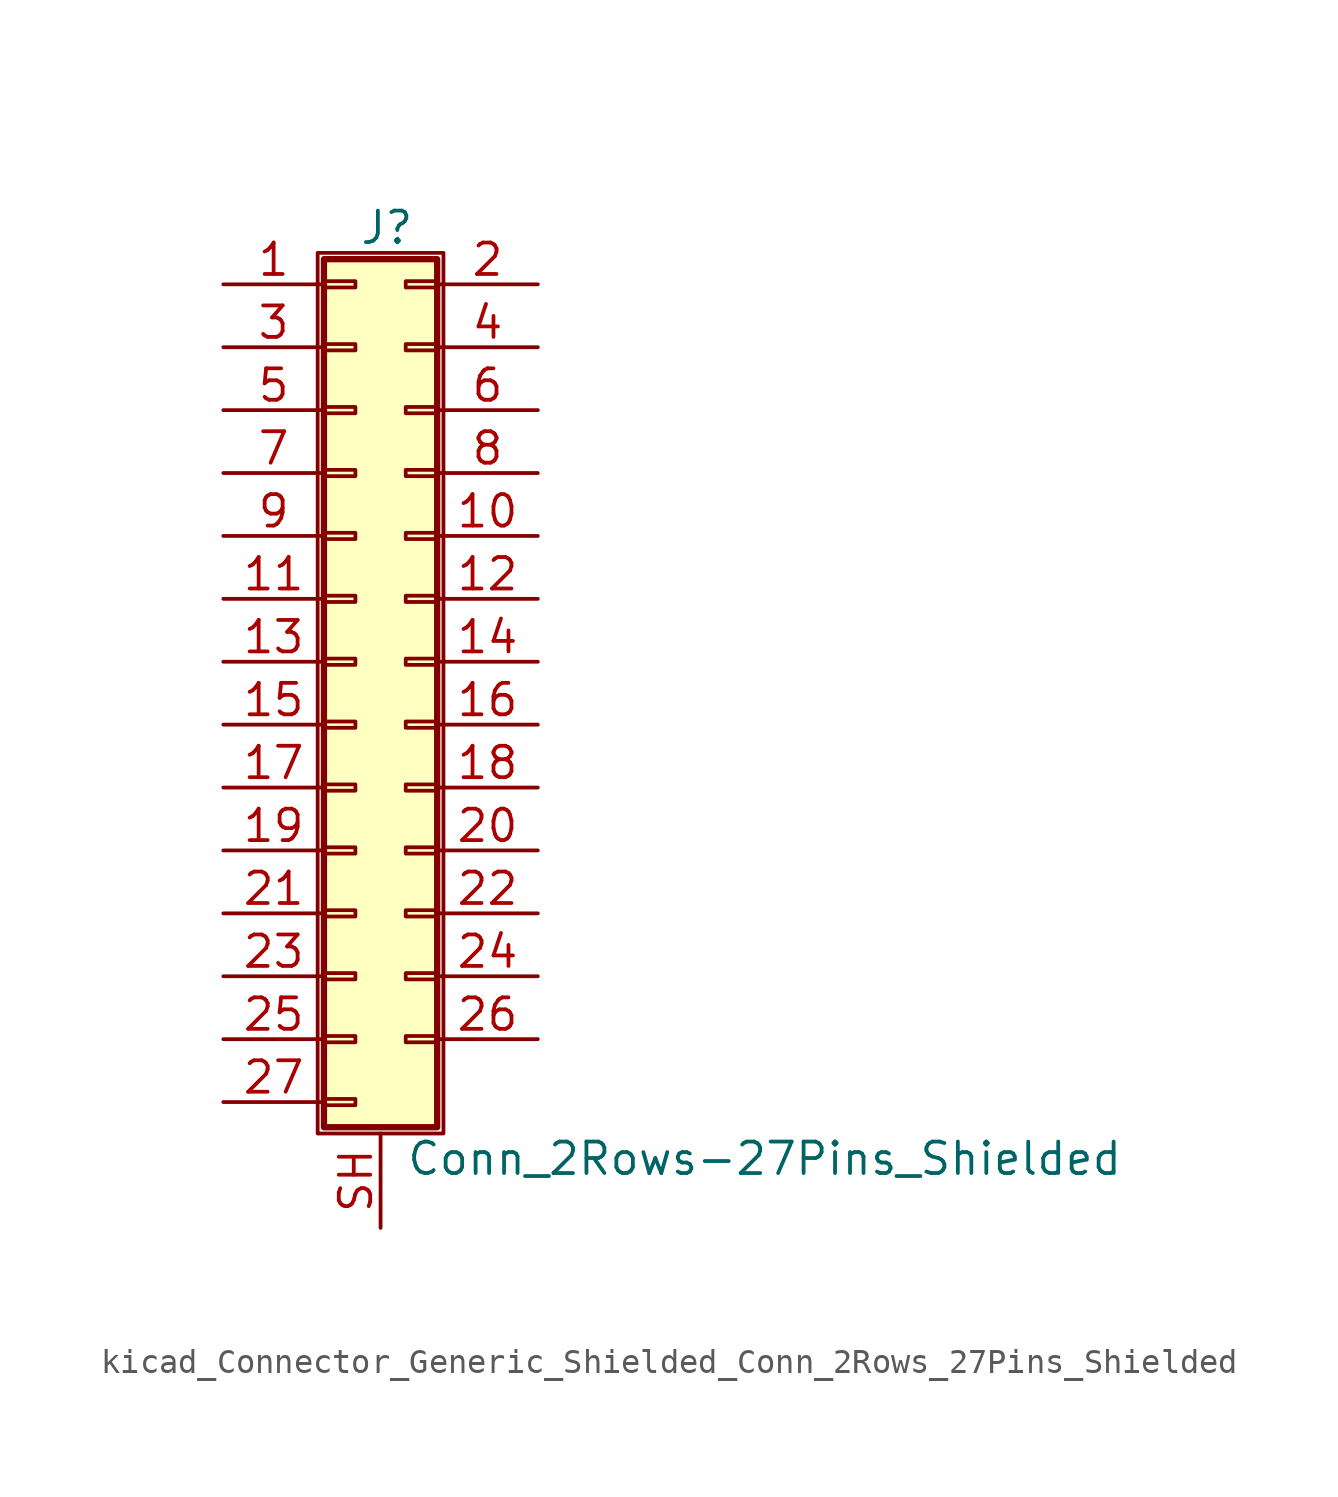
<source format=kicad_sym>
(kicad_symbol_lib
  (version 20220914)
  (generator kicad_symbol_editor)
  (symbol "kicad_Connector_Generic_Shielded_Conn_2Rows_27Pins_Shielded"
    (pin_names
      (offset 1.016) hide)
    (property "Reference" "J"
      (at 1.524 17.526 0)
      (effects (font (size 1.27 1.27))))
    (property "Value" "Conn_2Rows-27Pins_Shielded"
      (at 2.286 -20.066 0)
      (effects (font (size 1.27 1.27)) (justify left)))
    (symbol "kicad_Connector_Generic_Shielded_Conn_2Rows_27Pins_Shielded_1_1"
      (rectangle (start -1.27 16.51) (end 3.81 -19.05) (stroke (width 0.152) (type default)) (fill (type none)))
      (rectangle (start -1.016 -17.653) (end 0.254 -17.907) (stroke (width 0.152) (type default)) (fill (type none)))
      (rectangle (start -1.016 -15.113) (end 0.254 -15.367) (stroke (width 0.152) (type default)) (fill (type none)))
      (rectangle (start -1.016 -12.573) (end 0.254 -12.827) (stroke (width 0.152) (type default)) (fill (type none)))
      (rectangle (start -1.016 -10.033) (end 0.254 -10.287) (stroke (width 0.152) (type default)) (fill (type none)))
      (rectangle (start -1.016 -7.493) (end 0.254 -7.747) (stroke (width 0.152) (type default)) (fill (type none)))
      (rectangle (start -1.016 -4.953) (end 0.254 -5.207) (stroke (width 0.152) (type default)) (fill (type none)))
      (rectangle (start -1.016 -2.413) (end 0.254 -2.667) (stroke (width 0.152) (type default)) (fill (type none)))
      (rectangle (start -1.016 0.127) (end 0.254 -0.127) (stroke (width 0.152) (type default)) (fill (type none)))
      (rectangle (start -1.016 2.667) (end 0.254 2.413) (stroke (width 0.152) (type default)) (fill (type none)))
      (rectangle (start -1.016 5.207) (end 0.254 4.953) (stroke (width 0.152) (type default)) (fill (type none)))
      (rectangle (start -1.016 7.747) (end 0.254 7.493) (stroke (width 0.152) (type default)) (fill (type none)))
      (rectangle (start -1.016 10.287) (end 0.254 10.033) (stroke (width 0.152) (type default)) (fill (type none)))
      (rectangle (start -1.016 12.827) (end 0.254 12.573) (stroke (width 0.152) (type default)) (fill (type none)))
      (rectangle (start -1.016 15.367) (end 0.254 15.113) (stroke (width 0.152) (type default)) (fill (type none)))
      (rectangle (start -1.016 16.256) (end 3.556 -18.796) (stroke (width 0.254) (type default)) (fill (type background)))
      (rectangle (start 3.556 -15.113) (end 2.286 -15.367) (stroke (width 0.152) (type default)) (fill (type none)))
      (rectangle (start 3.556 -12.573) (end 2.286 -12.827) (stroke (width 0.152) (type default)) (fill (type none)))
      (rectangle (start 3.556 -10.033) (end 2.286 -10.287) (stroke (width 0.152) (type default)) (fill (type none)))
      (rectangle (start 3.556 -7.493) (end 2.286 -7.747) (stroke (width 0.152) (type default)) (fill (type none)))
      (rectangle (start 3.556 -4.953) (end 2.286 -5.207) (stroke (width 0.152) (type default)) (fill (type none)))
      (rectangle (start 3.556 -2.413) (end 2.286 -2.667) (stroke (width 0.152) (type default)) (fill (type none)))
      (rectangle (start 3.556 0.127) (end 2.286 -0.127) (stroke (width 0.152) (type default)) (fill (type none)))
      (rectangle (start 3.556 2.667) (end 2.286 2.413) (stroke (width 0.152) (type default)) (fill (type none)))
      (rectangle (start 3.556 5.207) (end 2.286 4.953) (stroke (width 0.152) (type default)) (fill (type none)))
      (rectangle (start 3.556 7.747) (end 2.286 7.493) (stroke (width 0.152) (type default)) (fill (type none)))
      (rectangle (start 3.556 10.287) (end 2.286 10.033) (stroke (width 0.152) (type default)) (fill (type none)))
      (rectangle (start 3.556 12.827) (end 2.286 12.573) (stroke (width 0.152) (type default)) (fill (type none)))
      (rectangle (start 3.556 15.367) (end 2.286 15.113) (stroke (width 0.152) (type default)) (fill (type none)))
      (pin passive line (at -5.08 15.24 0) (length 4.064) (name "Pin_1" (effects (font (size 1.27 1.27)))) (number "1" (effects (font (size 1.27 1.27)))))
      (pin passive line (at 7.62 5.08 180) (length 4.064) (name "Pin_10" (effects (font (size 1.27 1.27)))) (number "10" (effects (font (size 1.27 1.27)))))
      (pin passive line (at -5.08 2.54 0) (length 4.064) (name "Pin_11" (effects (font (size 1.27 1.27)))) (number "11" (effects (font (size 1.27 1.27)))))
      (pin passive line (at 7.62 2.54 180) (length 4.064) (name "Pin_12" (effects (font (size 1.27 1.27)))) (number "12" (effects (font (size 1.27 1.27)))))
      (pin passive line (at -5.08 0 0) (length 4.064) (name "Pin_13" (effects (font (size 1.27 1.27)))) (number "13" (effects (font (size 1.27 1.27)))))
      (pin passive line (at 7.62 0 180) (length 4.064) (name "Pin_14" (effects (font (size 1.27 1.27)))) (number "14" (effects (font (size 1.27 1.27)))))
      (pin passive line (at -5.08 -2.54 0) (length 4.064) (name "Pin_15" (effects (font (size 1.27 1.27)))) (number "15" (effects (font (size 1.27 1.27)))))
      (pin passive line (at 7.62 -2.54 180) (length 4.064) (name "Pin_16" (effects (font (size 1.27 1.27)))) (number "16" (effects (font (size 1.27 1.27)))))
      (pin passive line (at -5.08 -5.08 0) (length 4.064) (name "Pin_17" (effects (font (size 1.27 1.27)))) (number "17" (effects (font (size 1.27 1.27)))))
      (pin passive line (at 7.62 -5.08 180) (length 4.064) (name "Pin_18" (effects (font (size 1.27 1.27)))) (number "18" (effects (font (size 1.27 1.27)))))
      (pin passive line (at -5.08 -7.62 0) (length 4.064) (name "Pin_19" (effects (font (size 1.27 1.27)))) (number "19" (effects (font (size 1.27 1.27)))))
      (pin passive line (at 7.62 15.24 180) (length 4.064) (name "Pin_2" (effects (font (size 1.27 1.27)))) (number "2" (effects (font (size 1.27 1.27)))))
      (pin passive line (at 7.62 -7.62 180) (length 4.064) (name "Pin_20" (effects (font (size 1.27 1.27)))) (number "20" (effects (font (size 1.27 1.27)))))
      (pin passive line (at -5.08 -10.16 0) (length 4.064) (name "Pin_21" (effects (font (size 1.27 1.27)))) (number "21" (effects (font (size 1.27 1.27)))))
      (pin passive line (at 7.62 -10.16 180) (length 4.064) (name "Pin_22" (effects (font (size 1.27 1.27)))) (number "22" (effects (font (size 1.27 1.27)))))
      (pin passive line (at -5.08 -12.7 0) (length 4.064) (name "Pin_23" (effects (font (size 1.27 1.27)))) (number "23" (effects (font (size 1.27 1.27)))))
      (pin passive line (at 7.62 -12.7 180) (length 4.064) (name "Pin_24" (effects (font (size 1.27 1.27)))) (number "24" (effects (font (size 1.27 1.27)))))
      (pin passive line (at -5.08 -15.24 0) (length 4.064) (name "Pin_25" (effects (font (size 1.27 1.27)))) (number "25" (effects (font (size 1.27 1.27)))))
      (pin passive line (at 7.62 -15.24 180) (length 4.064) (name "Pin_26" (effects (font (size 1.27 1.27)))) (number "26" (effects (font (size 1.27 1.27)))))
      (pin passive line (at -5.08 -17.78 0) (length 4.064) (name "Pin_27" (effects (font (size 1.27 1.27)))) (number "27" (effects (font (size 1.27 1.27)))))
      (pin passive line (at -5.08 12.7 0) (length 4.064) (name "Pin_3" (effects (font (size 1.27 1.27)))) (number "3" (effects (font (size 1.27 1.27)))))
      (pin passive line (at 7.62 12.7 180) (length 4.064) (name "Pin_4" (effects (font (size 1.27 1.27)))) (number "4" (effects (font (size 1.27 1.27)))))
      (pin passive line (at -5.08 10.16 0) (length 4.064) (name "Pin_5" (effects (font (size 1.27 1.27)))) (number "5" (effects (font (size 1.27 1.27)))))
      (pin passive line (at 7.62 10.16 180) (length 4.064) (name "Pin_6" (effects (font (size 1.27 1.27)))) (number "6" (effects (font (size 1.27 1.27)))))
      (pin passive line (at -5.08 7.62 0) (length 4.064) (name "Pin_7" (effects (font (size 1.27 1.27)))) (number "7" (effects (font (size 1.27 1.27)))))
      (pin passive line (at 7.62 7.62 180) (length 4.064) (name "Pin_8" (effects (font (size 1.27 1.27)))) (number "8" (effects (font (size 1.27 1.27)))))
      (pin passive line (at -5.08 5.08 0) (length 4.064) (name "Pin_9" (effects (font (size 1.27 1.27)))) (number "9" (effects (font (size 1.27 1.27)))))
      (pin passive line (at 1.27 -22.86 90) (length 3.81) (name "Shield" (effects (font (size 1.27 1.27)))) (number "SH" (effects (font (size 1.27 1.27))))))))
</source>
